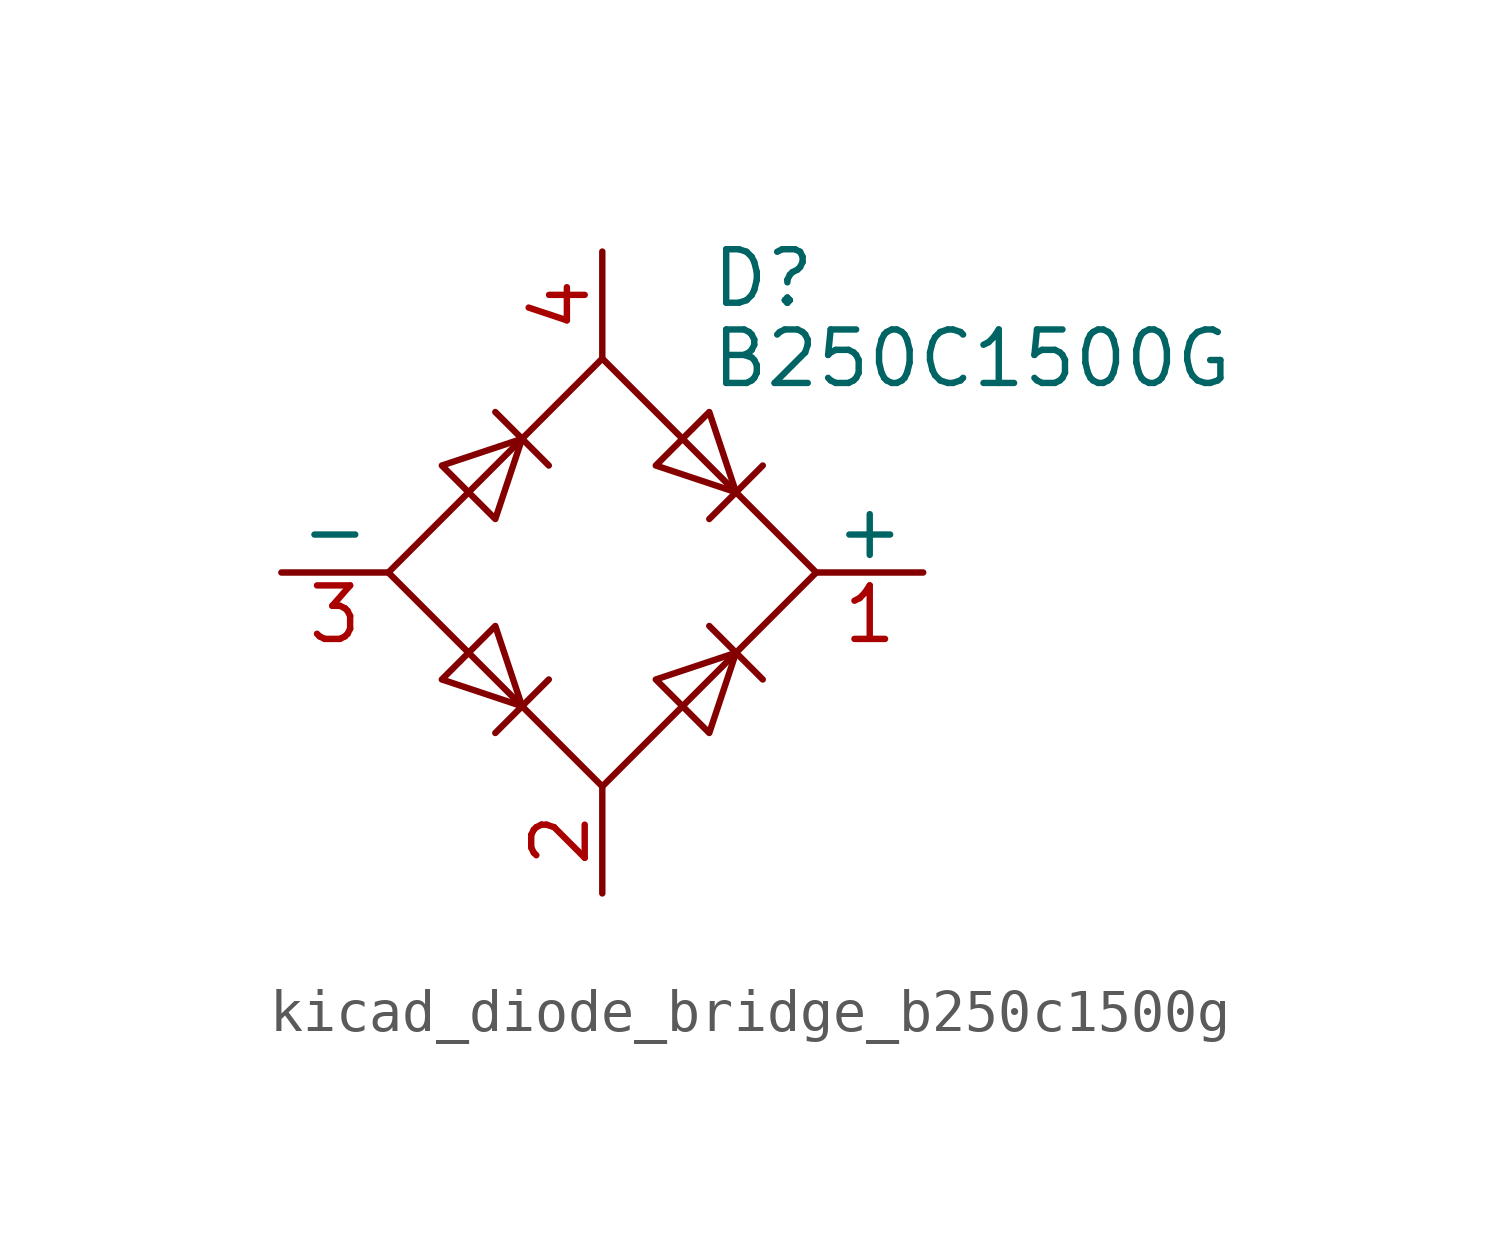
<source format=kicad_sym>
(kicad_symbol_lib
  (version 20220914)
  (generator kicad_symbol_editor)
  (symbol "kicad_diode_bridge_b250c1500g"
    (pin_names
      (offset 0))
    (property "Reference" "D"
      (at 2.54 6.985 0)
      (effects (font (size 1.27 1.27)) (justify left)))
    (property "Value" "B250C1500G"
      (at 2.54 5.08 0)
      (effects (font (size 1.27 1.27)) (justify left)))
    (symbol "kicad_diode_bridge_b250c1500g_0_1"
      (polyline (pts (xy -2.54 3.81) (xy -1.27 2.54)) (stroke (width 0) (type default)) (fill (type none)))
      (polyline (pts (xy -1.27 -2.54) (xy -2.54 -3.81)) (stroke (width 0) (type default)) (fill (type none)))
      (polyline (pts (xy 2.54 -1.27) (xy 3.81 -2.54)) (stroke (width 0) (type default)) (fill (type none)))
      (polyline (pts (xy 2.54 1.27) (xy 3.81 2.54)) (stroke (width 0) (type default)) (fill (type none)))
      (polyline (pts (xy -3.81 2.54) (xy -2.54 1.27) (xy -1.905 3.175) (xy -3.81 2.54)) (stroke (width 0) (type default)) (fill (type none)))
      (polyline (pts (xy -2.54 -1.27) (xy -3.81 -2.54) (xy -1.905 -3.175) (xy -2.54 -1.27)) (stroke (width 0) (type default)) (fill (type none)))
      (polyline (pts (xy 1.27 2.54) (xy 2.54 3.81) (xy 3.175 1.905) (xy 1.27 2.54)) (stroke (width 0) (type default)) (fill (type none)))
      (polyline (pts (xy 3.175 -1.905) (xy 1.27 -2.54) (xy 2.54 -3.81) (xy 3.175 -1.905)) (stroke (width 0) (type default)) (fill (type none)))
      (polyline (pts (xy -5.08 0) (xy 0 -5.08) (xy 5.08 0) (xy 0 5.08) (xy -5.08 0)) (stroke (width 0) (type default)) (fill (type none))))
    (symbol "kicad_diode_bridge_b250c1500g_1_1"
      (pin passive line (at 7.62 0 180) (length 2.54) (name "+" (effects (font (size 1.27 1.27)))) (number "1" (effects (font (size 1.27 1.27)))))
      (pin passive line (at 0 -7.62 90) (length 2.54) (name "~" (effects (font (size 1.27 1.27)))) (number "2" (effects (font (size 1.27 1.27)))))
      (pin passive line (at -7.62 0 0) (length 2.54) (name "-" (effects (font (size 1.27 1.27)))) (number "3" (effects (font (size 1.27 1.27)))))
      (pin passive line (at 0 7.62 270) (length 2.54) (name "~" (effects (font (size 1.27 1.27)))) (number "4" (effects (font (size 1.27 1.27))))))))
</source>
